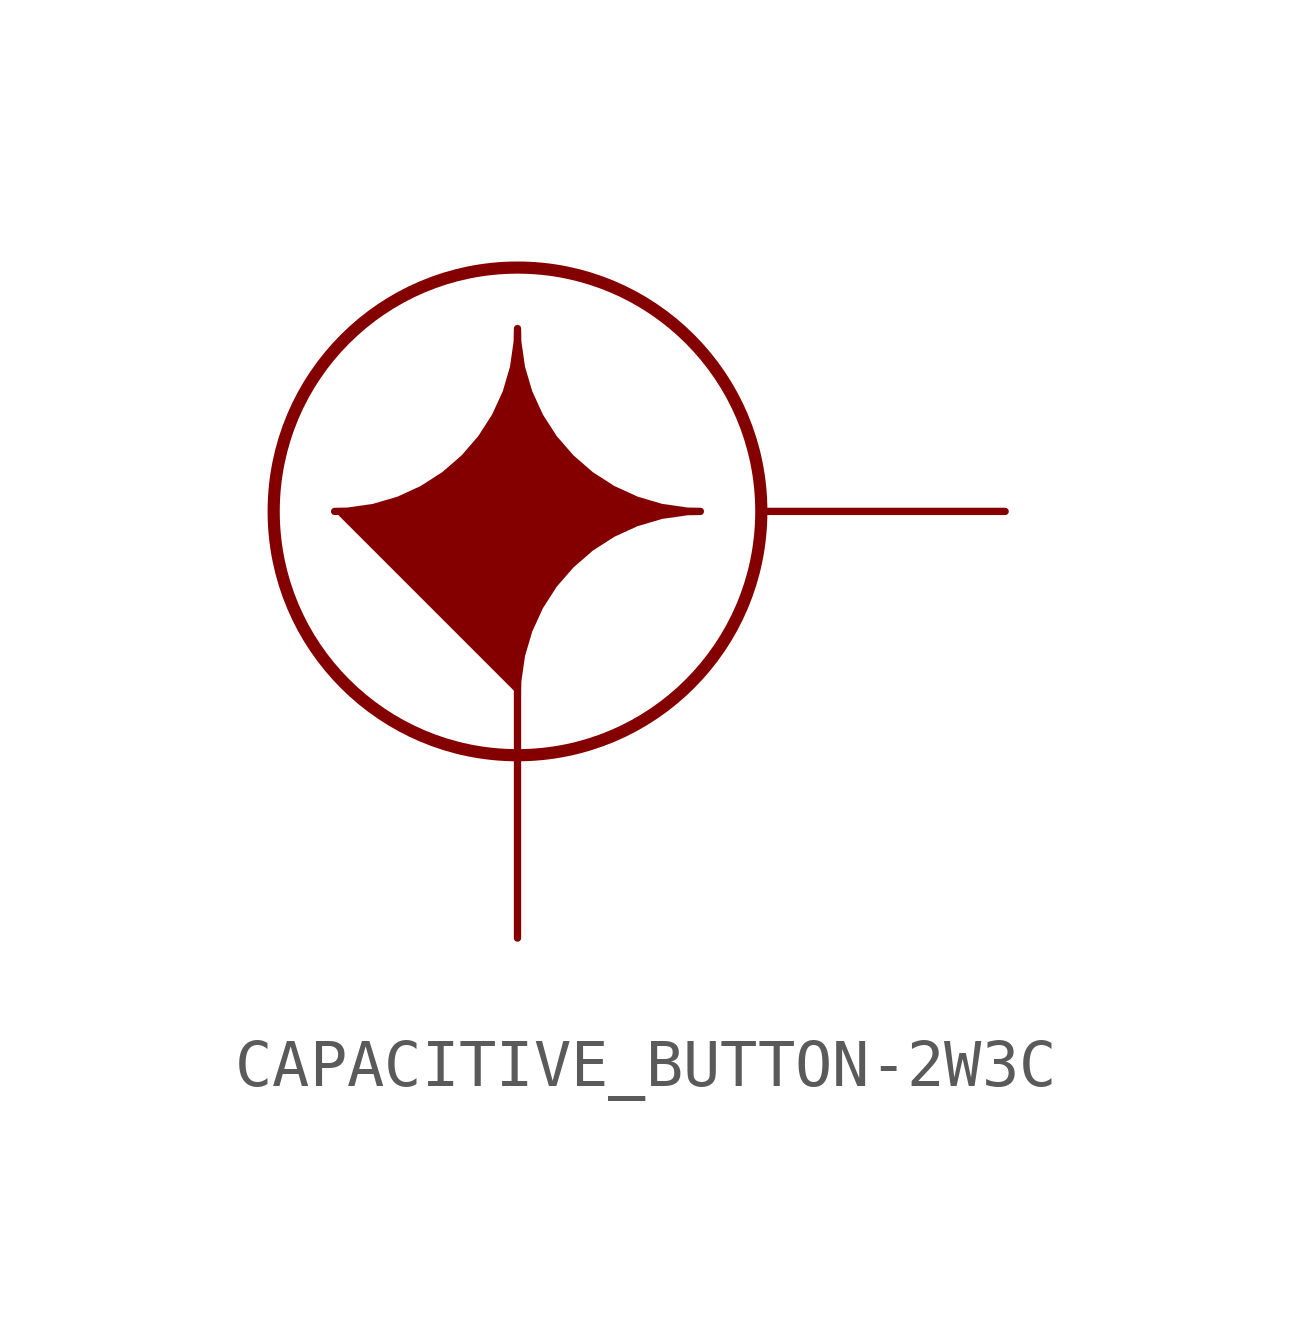
<source format=kicad_sym>
(kicad_symbol_lib
  (version 20231120)
  (generator "kicad_symbol_editor")
  (generator_version "8.0")
  (symbol "CAPACITIVE_BUTTON-2W3C"
    (property "Reference" "SW"
      (at 0 0 0)
      (effects (font (size 1.27 1.27)) (hide yes)))
    (property "ki_locked" ""
      (at 0 0 0)
      (effects (font (size 1.27 1.27))))
    (symbol "CAPACITIVE_BUTTON-2W3C_1_0"
      (polyline (pts (xy 0 -3.81) (xy 0.005 -3.538) (xy 0.082 -2.999) (xy 0.236 -2.477) (xy 0.462 -1.982) (xy 0.756 -1.524) (xy 1.113 -1.113) (xy 1.524 -0.756) (xy 1.982 -0.462) (xy 2.477 -0.236) (xy 2.999 -0.082) (xy 3.538 -0.005) (xy 3.81 0) (xy 3.538 0.005) (xy 2.999 0.082) (xy 2.477 0.236) (xy 1.982 0.462) (xy 1.524 0.756) (xy 1.113 1.113) (xy 0.756 1.524) (xy 0.462 1.982) (xy 0.236 2.477) (xy 0.082 2.999) (xy 0.005 3.538) (xy 0 3.81) (xy -0.005 3.538) (xy -0.082 2.999) (xy -0.235 2.477) (xy -0.462 1.982) (xy -0.756 1.524) (xy -1.112 1.112) (xy -1.524 0.756) (xy -1.982 0.462) (xy -2.477 0.235) (xy -2.999 0.082) (xy -3.538 0.005) (xy -3.81 0)) (stroke (width 0.152) (type solid)) (fill (type outline)))
      (circle (center 0 0) (radius 5.08) (stroke (width 0.254) (type solid)) (fill (type none)))
      (pin bidirectional line (at 0 -8.89 90) (length 5.08) (name "RX" (effects (font (size 0 0)))) (number "RX" (effects (font (size 0 0)))))
      (pin bidirectional line (at 10.16 0 180) (length 5.08) (name "TX" (effects (font (size 0 0)))) (number "TX" (effects (font (size 0 0))))))))
</source>
